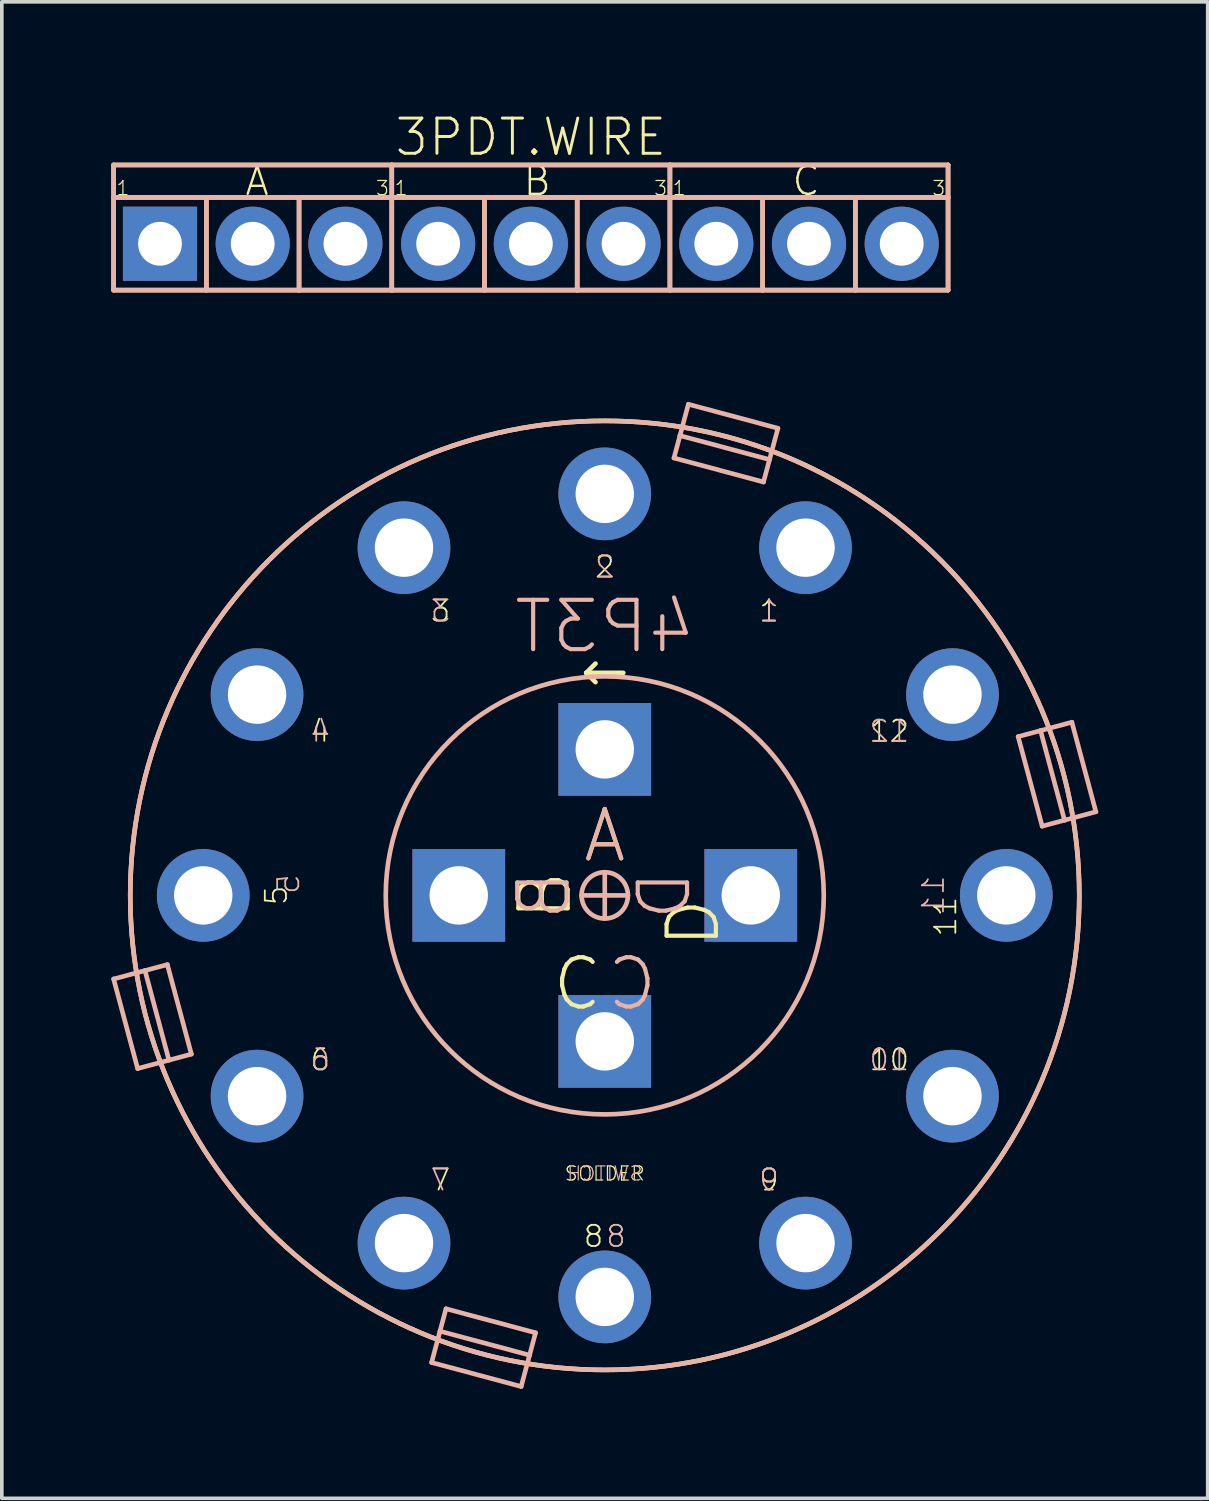
<source format=kicad_pcb>
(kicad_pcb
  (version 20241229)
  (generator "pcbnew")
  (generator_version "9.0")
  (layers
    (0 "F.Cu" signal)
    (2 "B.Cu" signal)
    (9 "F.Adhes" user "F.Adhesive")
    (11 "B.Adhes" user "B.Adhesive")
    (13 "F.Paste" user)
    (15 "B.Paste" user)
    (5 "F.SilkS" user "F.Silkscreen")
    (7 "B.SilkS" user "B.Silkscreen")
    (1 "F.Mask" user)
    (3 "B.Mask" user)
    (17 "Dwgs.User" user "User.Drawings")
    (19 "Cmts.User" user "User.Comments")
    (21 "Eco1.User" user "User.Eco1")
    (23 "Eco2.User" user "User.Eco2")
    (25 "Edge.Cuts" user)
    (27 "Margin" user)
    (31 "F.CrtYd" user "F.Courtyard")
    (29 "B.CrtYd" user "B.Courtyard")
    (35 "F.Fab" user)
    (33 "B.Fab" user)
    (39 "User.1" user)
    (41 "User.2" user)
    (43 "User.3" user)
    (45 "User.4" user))
  (footprint "3PDT.WIRE"
    (layer "F.Cu")
    (at 11.493 3.628)
    (property "Reference" "3PDT.WIRE" (at 0 -2.921 0) (layer "F.SilkS") (effects (font (size 0.965 0.965) (thickness 0.081))))
    (attr through_hole)
    (fp_line (start -11.43 -2.159) (end -3.81 -2.159) (stroke (width 0.127) (type solid)) (layer "F.SilkS"))
    (fp_line (start -11.43 -1.27) (end -11.43 -2.159) (stroke (width 0.127) (type solid)) (layer "F.SilkS"))
    (fp_line (start -11.43 -1.27) (end -8.89 -1.27) (stroke (width 0.127) (type solid)) (layer "F.SilkS"))
    (fp_line (start -11.43 1.27) (end -11.43 -1.27) (stroke (width 0.127) (type solid)) (layer "F.SilkS"))
    (fp_line (start -8.89 -1.27) (end -8.89 1.27) (stroke (width 0.127) (type solid)) (layer "F.SilkS"))
    (fp_line (start -8.89 -1.27) (end -6.35 -1.27) (stroke (width 0.127) (type solid)) (layer "F.SilkS"))
    (fp_line (start -8.89 1.27) (end -11.43 1.27) (stroke (width 0.127) (type solid)) (layer "F.SilkS"))
    (fp_line (start -6.35 -1.27) (end -6.35 1.27) (stroke (width 0.127) (type solid)) (layer "F.SilkS"))
    (fp_line (start -6.35 -1.27) (end -3.81 -1.27) (stroke (width 0.127) (type solid)) (layer "F.SilkS"))
    (fp_line (start -6.35 1.27) (end -8.89 1.27) (stroke (width 0.127) (type solid)) (layer "F.SilkS"))
    (fp_line (start -3.81 -2.159) (end -3.81 -1.27) (stroke (width 0.127) (type solid)) (layer "F.SilkS"))
    (fp_line (start -3.81 -2.159) (end 3.81 -2.159) (stroke (width 0.127) (type solid)) (layer "F.SilkS"))
    (fp_line (start -3.81 -1.27) (end -3.81 1.27) (stroke (width 0.127) (type solid)) (layer "F.SilkS"))
    (fp_line (start -3.81 -1.27) (end -1.27 -1.27) (stroke (width 0.127) (type solid)) (layer "F.SilkS"))
    (fp_line (start -3.81 1.27) (end -6.35 1.27) (stroke (width 0.127) (type solid)) (layer "F.SilkS"))
    (fp_line (start -1.27 -1.27) (end -1.27 1.27) (stroke (width 0.127) (type solid)) (layer "F.SilkS"))
    (fp_line (start -1.27 -1.27) (end 1.27 -1.27) (stroke (width 0.127) (type solid)) (layer "F.SilkS"))
    (fp_line (start -1.27 1.27) (end -3.81 1.27) (stroke (width 0.127) (type solid)) (layer "F.SilkS"))
    (fp_line (start 1.27 -1.27) (end 1.27 1.27) (stroke (width 0.127) (type solid)) (layer "F.SilkS"))
    (fp_line (start 1.27 -1.27) (end 3.81 -1.27) (stroke (width 0.127) (type solid)) (layer "F.SilkS"))
    (fp_line (start 1.27 1.27) (end -1.27 1.27) (stroke (width 0.127) (type solid)) (layer "F.SilkS"))
    (fp_line (start 3.81 -2.159) (end 3.81 -1.27) (stroke (width 0.127) (type solid)) (layer "F.SilkS"))
    (fp_line (start 3.81 -2.159) (end 11.43 -2.159) (stroke (width 0.127) (type solid)) (layer "F.SilkS"))
    (fp_line (start 3.81 -1.27) (end 3.81 1.27) (stroke (width 0.127) (type solid)) (layer "F.SilkS"))
    (fp_line (start 3.81 -1.27) (end 6.35 -1.27) (stroke (width 0.127) (type solid)) (layer "F.SilkS"))
    (fp_line (start 3.81 1.27) (end 1.27 1.27) (stroke (width 0.127) (type solid)) (layer "F.SilkS"))
    (fp_line (start 6.35 -1.27) (end 6.35 1.27) (stroke (width 0.127) (type solid)) (layer "F.SilkS"))
    (fp_line (start 6.35 -1.27) (end 8.89 -1.27) (stroke (width 0.127) (type solid)) (layer "F.SilkS"))
    (fp_line (start 6.35 1.27) (end 3.81 1.27) (stroke (width 0.127) (type solid)) (layer "F.SilkS"))
    (fp_line (start 8.89 -1.27) (end 8.89 1.27) (stroke (width 0.127) (type solid)) (layer "F.SilkS"))
    (fp_line (start 8.89 -1.27) (end 11.43 -1.27) (stroke (width 0.127) (type solid)) (layer "F.SilkS"))
    (fp_line (start 8.89 1.27) (end 6.35 1.27) (stroke (width 0.127) (type solid)) (layer "F.SilkS"))
    (fp_line (start 11.43 -2.159) (end 11.43 -1.27) (stroke (width 0.127) (type solid)) (layer "F.SilkS"))
    (fp_line (start 11.43 -1.27) (end 11.43 1.27) (stroke (width 0.127) (type solid)) (layer "F.SilkS"))
    (fp_line (start 11.43 1.27) (end 8.89 1.27) (stroke (width 0.127) (type solid)) (layer "F.SilkS"))
    (fp_line (start -11.43 -2.159) (end -3.81 -2.159) (stroke (width 0.127) (type solid)) (layer "B.SilkS"))
    (fp_line (start -11.43 -1.27) (end -11.43 -2.159) (stroke (width 0.127) (type solid)) (layer "B.SilkS"))
    (fp_line (start -11.43 -1.27) (end -8.89 -1.27) (stroke (width 0.127) (type solid)) (layer "B.SilkS"))
    (fp_line (start -11.43 1.27) (end -11.43 -1.27) (stroke (width 0.127) (type solid)) (layer "B.SilkS"))
    (fp_line (start -8.89 -1.27) (end -8.89 1.27) (stroke (width 0.127) (type solid)) (layer "B.SilkS"))
    (fp_line (start -8.89 -1.27) (end -6.35 -1.27) (stroke (width 0.127) (type solid)) (layer "B.SilkS"))
    (fp_line (start -8.89 1.27) (end -11.43 1.27) (stroke (width 0.127) (type solid)) (layer "B.SilkS"))
    (fp_line (start -6.35 -1.27) (end -6.35 1.27) (stroke (width 0.127) (type solid)) (layer "B.SilkS"))
    (fp_line (start -6.35 -1.27) (end -3.81 -1.27) (stroke (width 0.127) (type solid)) (layer "B.SilkS"))
    (fp_line (start -6.35 1.27) (end -8.89 1.27) (stroke (width 0.127) (type solid)) (layer "B.SilkS"))
    (fp_line (start -3.81 -2.159) (end -3.81 -1.27) (stroke (width 0.127) (type solid)) (layer "B.SilkS"))
    (fp_line (start -3.81 -2.159) (end 3.81 -2.159) (stroke (width 0.127) (type solid)) (layer "B.SilkS"))
    (fp_line (start -3.81 -1.27) (end -3.81 1.27) (stroke (width 0.127) (type solid)) (layer "B.SilkS"))
    (fp_line (start -3.81 -1.27) (end -1.27 -1.27) (stroke (width 0.127) (type solid)) (layer "B.SilkS"))
    (fp_line (start -3.81 1.27) (end -6.35 1.27) (stroke (width 0.127) (type solid)) (layer "B.SilkS"))
    (fp_line (start -1.27 -1.27) (end -1.27 1.27) (stroke (width 0.127) (type solid)) (layer "B.SilkS"))
    (fp_line (start -1.27 -1.27) (end 1.27 -1.27) (stroke (width 0.127) (type solid)) (layer "B.SilkS"))
    (fp_line (start -1.27 1.27) (end -3.81 1.27) (stroke (width 0.127) (type solid)) (layer "B.SilkS"))
    (fp_line (start 1.27 -1.27) (end 1.27 1.27) (stroke (width 0.127) (type solid)) (layer "B.SilkS"))
    (fp_line (start 1.27 -1.27) (end 3.81 -1.27) (stroke (width 0.127) (type solid)) (layer "B.SilkS"))
    (fp_line (start 1.27 1.27) (end -1.27 1.27) (stroke (width 0.127) (type solid)) (layer "B.SilkS"))
    (fp_line (start 3.81 -2.159) (end 3.81 -1.27) (stroke (width 0.127) (type solid)) (layer "B.SilkS"))
    (fp_line (start 3.81 -2.159) (end 11.43 -2.159) (stroke (width 0.127) (type solid)) (layer "B.SilkS"))
    (fp_line (start 3.81 -1.27) (end 3.81 1.27) (stroke (width 0.127) (type solid)) (layer "B.SilkS"))
    (fp_line (start 3.81 -1.27) (end 6.35 -1.27) (stroke (width 0.127) (type solid)) (layer "B.SilkS"))
    (fp_line (start 3.81 1.27) (end 1.27 1.27) (stroke (width 0.127) (type solid)) (layer "B.SilkS"))
    (fp_line (start 6.35 -1.27) (end 6.35 1.27) (stroke (width 0.127) (type solid)) (layer "B.SilkS"))
    (fp_line (start 6.35 -1.27) (end 8.89 -1.27) (stroke (width 0.127) (type solid)) (layer "B.SilkS"))
    (fp_line (start 6.35 1.27) (end 3.81 1.27) (stroke (width 0.127) (type solid)) (layer "B.SilkS"))
    (fp_line (start 8.89 -1.27) (end 8.89 1.27) (stroke (width 0.127) (type solid)) (layer "B.SilkS"))
    (fp_line (start 8.89 -1.27) (end 11.43 -1.27) (stroke (width 0.127) (type solid)) (layer "B.SilkS"))
    (fp_line (start 8.89 1.27) (end 6.35 1.27) (stroke (width 0.127) (type solid)) (layer "B.SilkS"))
    (fp_line (start 11.43 -2.159) (end 11.43 -1.27) (stroke (width 0.127) (type solid)) (layer "B.SilkS"))
    (fp_line (start 11.43 -1.27) (end 11.43 1.27) (stroke (width 0.127) (type solid)) (layer "B.SilkS"))
    (fp_line (start 11.43 1.27) (end 8.89 1.27) (stroke (width 0.127) (type solid)) (layer "B.SilkS"))
    (fp_text user "1" (at -3.556 -1.524 0) (layer "F.SilkS") (effects (font (size 0.386 0.386) (thickness 0.033))))
    (fp_text user "1" (at 4.064 -1.524 0) (layer "F.SilkS") (effects (font (size 0.386 0.386) (thickness 0.033))))
    (fp_text user "A" (at -7.874 -1.27 0) (layer "F.SilkS") (effects (font (size 0.772 0.772) (thickness 0.065)) (justify left bottom)))
    (fp_text user "3" (at 3.556 -1.524 0) (layer "F.SilkS") (effects (font (size 0.386 0.386) (thickness 0.033))))
    (fp_text user "3" (at -4.064 -1.524 0) (layer "F.SilkS") (effects (font (size 0.386 0.386) (thickness 0.033))))
    (fp_text user "1" (at -11.176 -1.524 0) (layer "F.SilkS") (effects (font (size 0.386 0.386) (thickness 0.033))))
    (fp_text user "C" (at 7.112 -1.27 0) (layer "F.SilkS") (effects (font (size 0.772 0.772) (thickness 0.065)) (justify left bottom)))
    (fp_text user "3" (at 11.176 -1.524 0) (layer "F.SilkS") (effects (font (size 0.386 0.386) (thickness 0.033))))
    (fp_text user "B" (at -0.254 -1.27 0) (layer "F.SilkS") (effects (font (size 0.772 0.772) (thickness 0.065)) (justify left bottom)))
    (pad "1" thru_hole rect (at -10.16 0) (size 2.032 2.032) (drill 1.2) (layers "*.Cu" "*.Mask"))
    (pad "2" thru_hole oval (at -7.62 0) (size 2.032 2.032) (drill 1.2) (layers "*.Cu" "*.Mask"))
    (pad "3" thru_hole oval (at -5.08 0) (size 2.032 2.032) (drill 1.2) (layers "*.Cu" "*.Mask"))
    (pad "4" thru_hole oval (at -2.54 0) (size 2.032 2.032) (drill 1.2) (layers "*.Cu" "*.Mask"))
    (pad "5" thru_hole oval (at 0 0) (size 2.032 2.032) (drill 1.2) (layers "*.Cu" "*.Mask"))
    (pad "6" thru_hole oval (at 2.54 0) (size 2.032 2.032) (drill 1.2) (layers "*.Cu" "*.Mask"))
    (pad "7" thru_hole oval (at 5.08 0) (size 2.032 2.032) (drill 1.2) (layers "*.Cu" "*.Mask"))
    (pad "8" thru_hole oval (at 7.62 0) (size 2.032 2.032) (drill 1.2) (layers "*.Cu" "*.Mask"))
    (pad "9" thru_hole oval (at 10.16 0) (size 2.032 2.032) (drill 1.2) (layers "*.Cu" "*.Mask")))
  (footprint "4P3T"
    (layer "F.Cu")
    (at 13.518 21.48)
    (property "Reference" "4P3T" (at 0 -7.366 0) (layer "B.SilkS") (effects (font (size 1.351 1.351) (thickness 0.114)) (justify mirror)))
    (attr through_hole)
    (fp_line (start -0.508 -6.096) (end -0.254 -6.35) (stroke (width 0.127) (type solid)) (layer "F.SilkS"))
    (fp_line (start -0.508 -6.096) (end -0.254 -5.842) (stroke (width 0.127) (type solid)) (layer "F.SilkS"))
    (fp_line (start 0.508 -6.096) (end -0.508 -6.096) (stroke (width 0.127) (type solid)) (layer "F.SilkS"))
    (fp_circle (center 0 0) (end 13 0) (stroke (width 0.127) (type solid)) (fill no) (layer "F.SilkS"))
    (fp_line (start -13.455 2.29) (end -12.596 2.06) (stroke (width 0.127) (type solid)) (layer "B.SilkS"))
    (fp_line (start -12.797 4.744) (end -13.455 2.29) (stroke (width 0.127) (type solid)) (layer "B.SilkS"))
    (fp_line (start -12.596 2.06) (end -11.983 1.896) (stroke (width 0.127) (type solid)) (layer "B.SilkS"))
    (fp_line (start -11.983 1.896) (end -11.325 4.349) (stroke (width 0.127) (type solid)) (layer "B.SilkS"))
    (fp_line (start -11.939 4.514) (end -12.797 4.744) (stroke (width 0.127) (type solid)) (layer "B.SilkS"))
    (fp_line (start -11.939 4.514) (end -12.596 2.06) (stroke (width 0.127) (type solid)) (layer "B.SilkS"))
    (fp_line (start -11.325 4.349) (end -11.939 4.514) (stroke (width 0.127) (type solid)) (layer "B.SilkS"))
    (fp_line (start -4.744 12.797) (end -4.514 11.939) (stroke (width 0.127) (type solid)) (layer "B.SilkS"))
    (fp_line (start -4.514 11.939) (end -4.349 11.325) (stroke (width 0.127) (type solid)) (layer "B.SilkS"))
    (fp_line (start -4.349 11.325) (end -1.896 11.983) (stroke (width 0.127) (type solid)) (layer "B.SilkS"))
    (fp_line (start -2.29 13.455) (end -4.744 12.797) (stroke (width 0.127) (type solid)) (layer "B.SilkS"))
    (fp_line (start -2.06 12.596) (end -4.514 11.939) (stroke (width 0.127) (type solid)) (layer "B.SilkS"))
    (fp_line (start -2.06 12.596) (end -2.29 13.455) (stroke (width 0.127) (type solid)) (layer "B.SilkS"))
    (fp_line (start -1.896 11.983) (end -2.06 12.596) (stroke (width 0.127) (type solid)) (layer "B.SilkS"))
    (fp_line (start -0.635 0) (end 0.635 0) (stroke (width 0.127) (type solid)) (layer "B.SilkS"))
    (fp_line (start 0 -0.635) (end 0 0.635) (stroke (width 0.127) (type solid)) (layer "B.SilkS"))
    (fp_line (start 1.896 -11.983) (end 2.06 -12.596) (stroke (width 0.127) (type solid)) (layer "B.SilkS"))
    (fp_line (start 2.06 -12.596) (end 2.29 -13.455) (stroke (width 0.127) (type solid)) (layer "B.SilkS"))
    (fp_line (start 2.06 -12.596) (end 4.514 -11.939) (stroke (width 0.127) (type solid)) (layer "B.SilkS"))
    (fp_line (start 2.29 -13.455) (end 4.744 -12.797) (stroke (width 0.127) (type solid)) (layer "B.SilkS"))
    (fp_line (start 4.349 -11.325) (end 1.896 -11.983) (stroke (width 0.127) (type solid)) (layer "B.SilkS"))
    (fp_line (start 4.514 -11.939) (end 4.349 -11.325) (stroke (width 0.127) (type solid)) (layer "B.SilkS"))
    (fp_line (start 4.744 -12.797) (end 4.514 -11.939) (stroke (width 0.127) (type solid)) (layer "B.SilkS"))
    (fp_line (start 11.325 -4.349) (end 11.939 -4.514) (stroke (width 0.127) (type solid)) (layer "B.SilkS"))
    (fp_line (start 11.939 -4.514) (end 12.596 -2.06) (stroke (width 0.127) (type solid)) (layer "B.SilkS"))
    (fp_line (start 11.939 -4.514) (end 12.797 -4.744) (stroke (width 0.127) (type solid)) (layer "B.SilkS"))
    (fp_line (start 11.983 -1.896) (end 11.325 -4.349) (stroke (width 0.127) (type solid)) (layer "B.SilkS"))
    (fp_line (start 12.596 -2.06) (end 11.983 -1.896) (stroke (width 0.127) (type solid)) (layer "B.SilkS"))
    (fp_line (start 12.797 -4.744) (end 13.455 -2.29) (stroke (width 0.127) (type solid)) (layer "B.SilkS"))
    (fp_line (start 13.455 -2.29) (end 12.596 -2.06) (stroke (width 0.127) (type solid)) (layer "B.SilkS"))
    (fp_circle (center 0 0) (end 0.635 0) (stroke (width 0.127) (type solid)) (fill no) (layer "B.SilkS"))
    (fp_circle (center 0 0) (end 6 0) (stroke (width 0.127) (type solid)) (fill no) (layer "B.SilkS"))
    (fp_circle (center 0 0) (end 13 0) (stroke (width 0.127) (type solid)) (fill no) (layer "B.SilkS"))
    (fp_text user "SOLDER" (at 0 7.62 0) (layer "F.SilkS") (effects (font (size 0.386 0.386) (thickness 0.033))))
    (fp_text user "A" (at 0 -1.635 0) (layer "F.SilkS") (effects (font (size 1.351 1.351) (thickness 0.114))))
    (fp_text user "9" (at 4.5 7.794 0) (layer "F.SilkS") (effects (font (size 0.579 0.579) (thickness 0.049))))
    (fp_text user "7" (at -4.5 7.794 0) (layer "F.SilkS") (effects (font (size 0.579 0.579) (thickness 0.049))))
    (fp_text user "12" (at 7.794 -4.5 0) (layer "F.SilkS") (effects (font (size 0.579 0.579) (thickness 0.049))))
    (fp_text user "8" (at 0 9 0) (layer "F.SilkS") (effects (font (size 0.579 0.579) (thickness 0.049)) (justify right top)))
    (fp_text user "11" (at 9 0 90) (layer "F.SilkS") (effects (font (size 0.579 0.579) (thickness 0.049)) (justify right top)))
    (fp_text user "2" (at 0 -9 0) (layer "F.SilkS") (effects (font (size 0.579 0.579) (thickness 0.049))))
    (fp_text user "6" (at -7.794 4.5 0) (layer "F.SilkS") (effects (font (size 0.579 0.579) (thickness 0.049))))
    (fp_text user "B" (at -1.635 0 90) (layer "F.SilkS") (effects (font (size 1.351 1.351) (thickness 0.114))))
    (fp_text user "D" (at 1.635 0 90) (layer "F.SilkS") (effects (font (size 1.351 1.351) (thickness 0.114)) (justify right top)))
    (fp_text user "1" (at 4.5 -7.794 0) (layer "F.SilkS") (effects (font (size 0.579 0.579) (thickness 0.049))))
    (fp_text user "3" (at -4.5 -7.794 0) (layer "F.SilkS") (effects (font (size 0.579 0.579) (thickness 0.049))))
    (fp_text user "5" (at -9 0 90) (layer "F.SilkS") (effects (font (size 0.579 0.579) (thickness 0.049))))
    (fp_text user "4" (at -7.794 -4.5 0) (layer "F.SilkS") (effects (font (size 0.579 0.579) (thickness 0.049))))
    (fp_text user "C" (at 0 1.635 0) (layer "F.SilkS") (effects (font (size 1.351 1.351) (thickness 0.114)) (justify right top)))
    (fp_text user "10" (at 7.794 4.5 0) (layer "F.SilkS") (effects (font (size 0.579 0.579) (thickness 0.049))))
    (fp_text user "9" (at 4.5 7.794 0) (layer "B.SilkS") (effects (font (size 0.579 0.579) (thickness 0.049)) (justify mirror)))
    (fp_text user "7" (at -4.5 7.794 0) (layer "B.SilkS") (effects (font (size 0.579 0.579) (thickness 0.049)) (justify mirror)))
    (fp_text user "2" (at 0 -9 0) (layer "B.SilkS") (effects (font (size 0.579 0.579) (thickness 0.049)) (justify mirror)))
    (fp_text user "3" (at -4.5 -7.794 0) (layer "B.SilkS") (effects (font (size 0.579 0.579) (thickness 0.049)) (justify mirror)))
    (fp_text user "11" (at 9 0 270) (layer "B.SilkS") (effects (font (size 0.579 0.579) (thickness 0.049)) (justify mirror)))
    (fp_text user "4" (at -7.794 -4.5 0) (layer "B.SilkS") (effects (font (size 0.579 0.579) (thickness 0.049)) (justify mirror)))
    (fp_text user "B" (at -1.667 0 270) (layer "B.SilkS") (effects (font (size 1.351 1.351) (thickness 0.114)) (justify mirror)))
    (fp_text user "6" (at -7.794 4.5 0) (layer "B.SilkS") (effects (font (size 0.579 0.579) (thickness 0.049)) (justify mirror)))
    (fp_text user "12" (at 7.794 -4.5 0) (layer "B.SilkS") (effects (font (size 0.579 0.579) (thickness 0.049)) (justify mirror)))
    (fp_text user "SWITCH" (at 0 7.62 0) (layer "B.SilkS") (effects (font (size 0.386 0.386) (thickness 0.033)) (justify mirror)))
    (fp_text user "8" (at 0 9 0) (layer "B.SilkS") (effects (font (size 0.579 0.579) (thickness 0.049)) (justify right top mirror)))
    (fp_text user "1" (at 4.5 -7.794 0) (layer "B.SilkS") (effects (font (size 0.579 0.579) (thickness 0.049)) (justify mirror)))
    (fp_text user "D" (at 1.635 0 270) (layer "B.SilkS") (effects (font (size 1.351 1.351) (thickness 0.114)) (justify mirror)))
    (fp_text user "C" (at 0 1.635 0) (layer "B.SilkS") (effects (font (size 1.351 1.351) (thickness 0.114)) (justify right top mirror)))
    (fp_text user "A" (at 0 -1.635 0) (layer "B.SilkS") (effects (font (size 1.351 1.351) (thickness 0.114)) (justify mirror)))
    (fp_text user "10" (at 7.794 4.5 0) (layer "B.SilkS") (effects (font (size 0.579 0.579) (thickness 0.049)) (justify mirror)))
    (fp_text user "5" (at -9 0 270) (layer "B.SilkS") (effects (font (size 0.579 0.579) (thickness 0.049)) (justify right top mirror)))
    (pad "A" thru_hole rect (at 0 -4) (size 2.54 2.54) (drill 1.6) (layers "*.Cu" "*.Mask"))
    (pad "A1" thru_hole oval (at 5.5 -9.526 330) (size 2.54 2.54) (drill 1.6) (layers "*.Cu" "*.Mask"))
    (pad "A2" thru_hole oval (at 0 -11) (size 2.54 2.54) (drill 1.6) (layers "*.Cu" "*.Mask"))
    (pad "A3" thru_hole oval (at -5.5 -9.526 30) (size 2.54 2.54) (drill 1.6) (layers "*.Cu" "*.Mask"))
    (pad "B" thru_hole rect (at -4 0 90) (size 2.54 2.54) (drill 1.6) (layers "*.Cu" "*.Mask"))
    (pad "B1" thru_hole oval (at -9.526 -5.5 60) (size 2.54 2.54) (drill 1.6) (layers "*.Cu" "*.Mask"))
    (pad "B2" thru_hole oval (at -11 0 90) (size 2.54 2.54) (drill 1.6) (layers "*.Cu" "*.Mask"))
    (pad "B3" thru_hole oval (at -9.526 5.5 120) (size 2.54 2.54) (drill 1.6) (layers "*.Cu" "*.Mask"))
    (pad "C" thru_hole rect (at 0 4 180) (size 2.54 2.54) (drill 1.6) (layers "*.Cu" "*.Mask"))
    (pad "C1" thru_hole oval (at -5.5 9.526 150) (size 2.54 2.54) (drill 1.6) (layers "*.Cu" "*.Mask"))
    (pad "C2" thru_hole oval (at 0 11 180) (size 2.54 2.54) (drill 1.6) (layers "*.Cu" "*.Mask"))
    (pad "C3" thru_hole oval (at 5.5 9.526 210) (size 2.54 2.54) (drill 1.6) (layers "*.Cu" "*.Mask"))
    (pad "D" thru_hole rect (at 4 0 270) (size 2.54 2.54) (drill 1.6) (layers "*.Cu" "*.Mask"))
    (pad "D1" thru_hole oval (at 9.526 5.5 240) (size 2.54 2.54) (drill 1.6) (layers "*.Cu" "*.Mask"))
    (pad "D2" thru_hole oval (at 11 0 270) (size 2.54 2.54) (drill 1.6) (layers "*.Cu" "*.Mask"))
    (pad "D3" thru_hole oval (at 9.526 -5.5 300) (size 2.54 2.54) (drill 1.6) (layers "*.Cu" "*.Mask")))
  (gr_rect
    (start -3 -3)
    (end 30.036 37.998)
    (stroke (width 0.1) (type default))
    (fill no)
    (layer "Edge.Cuts")))
</source>
